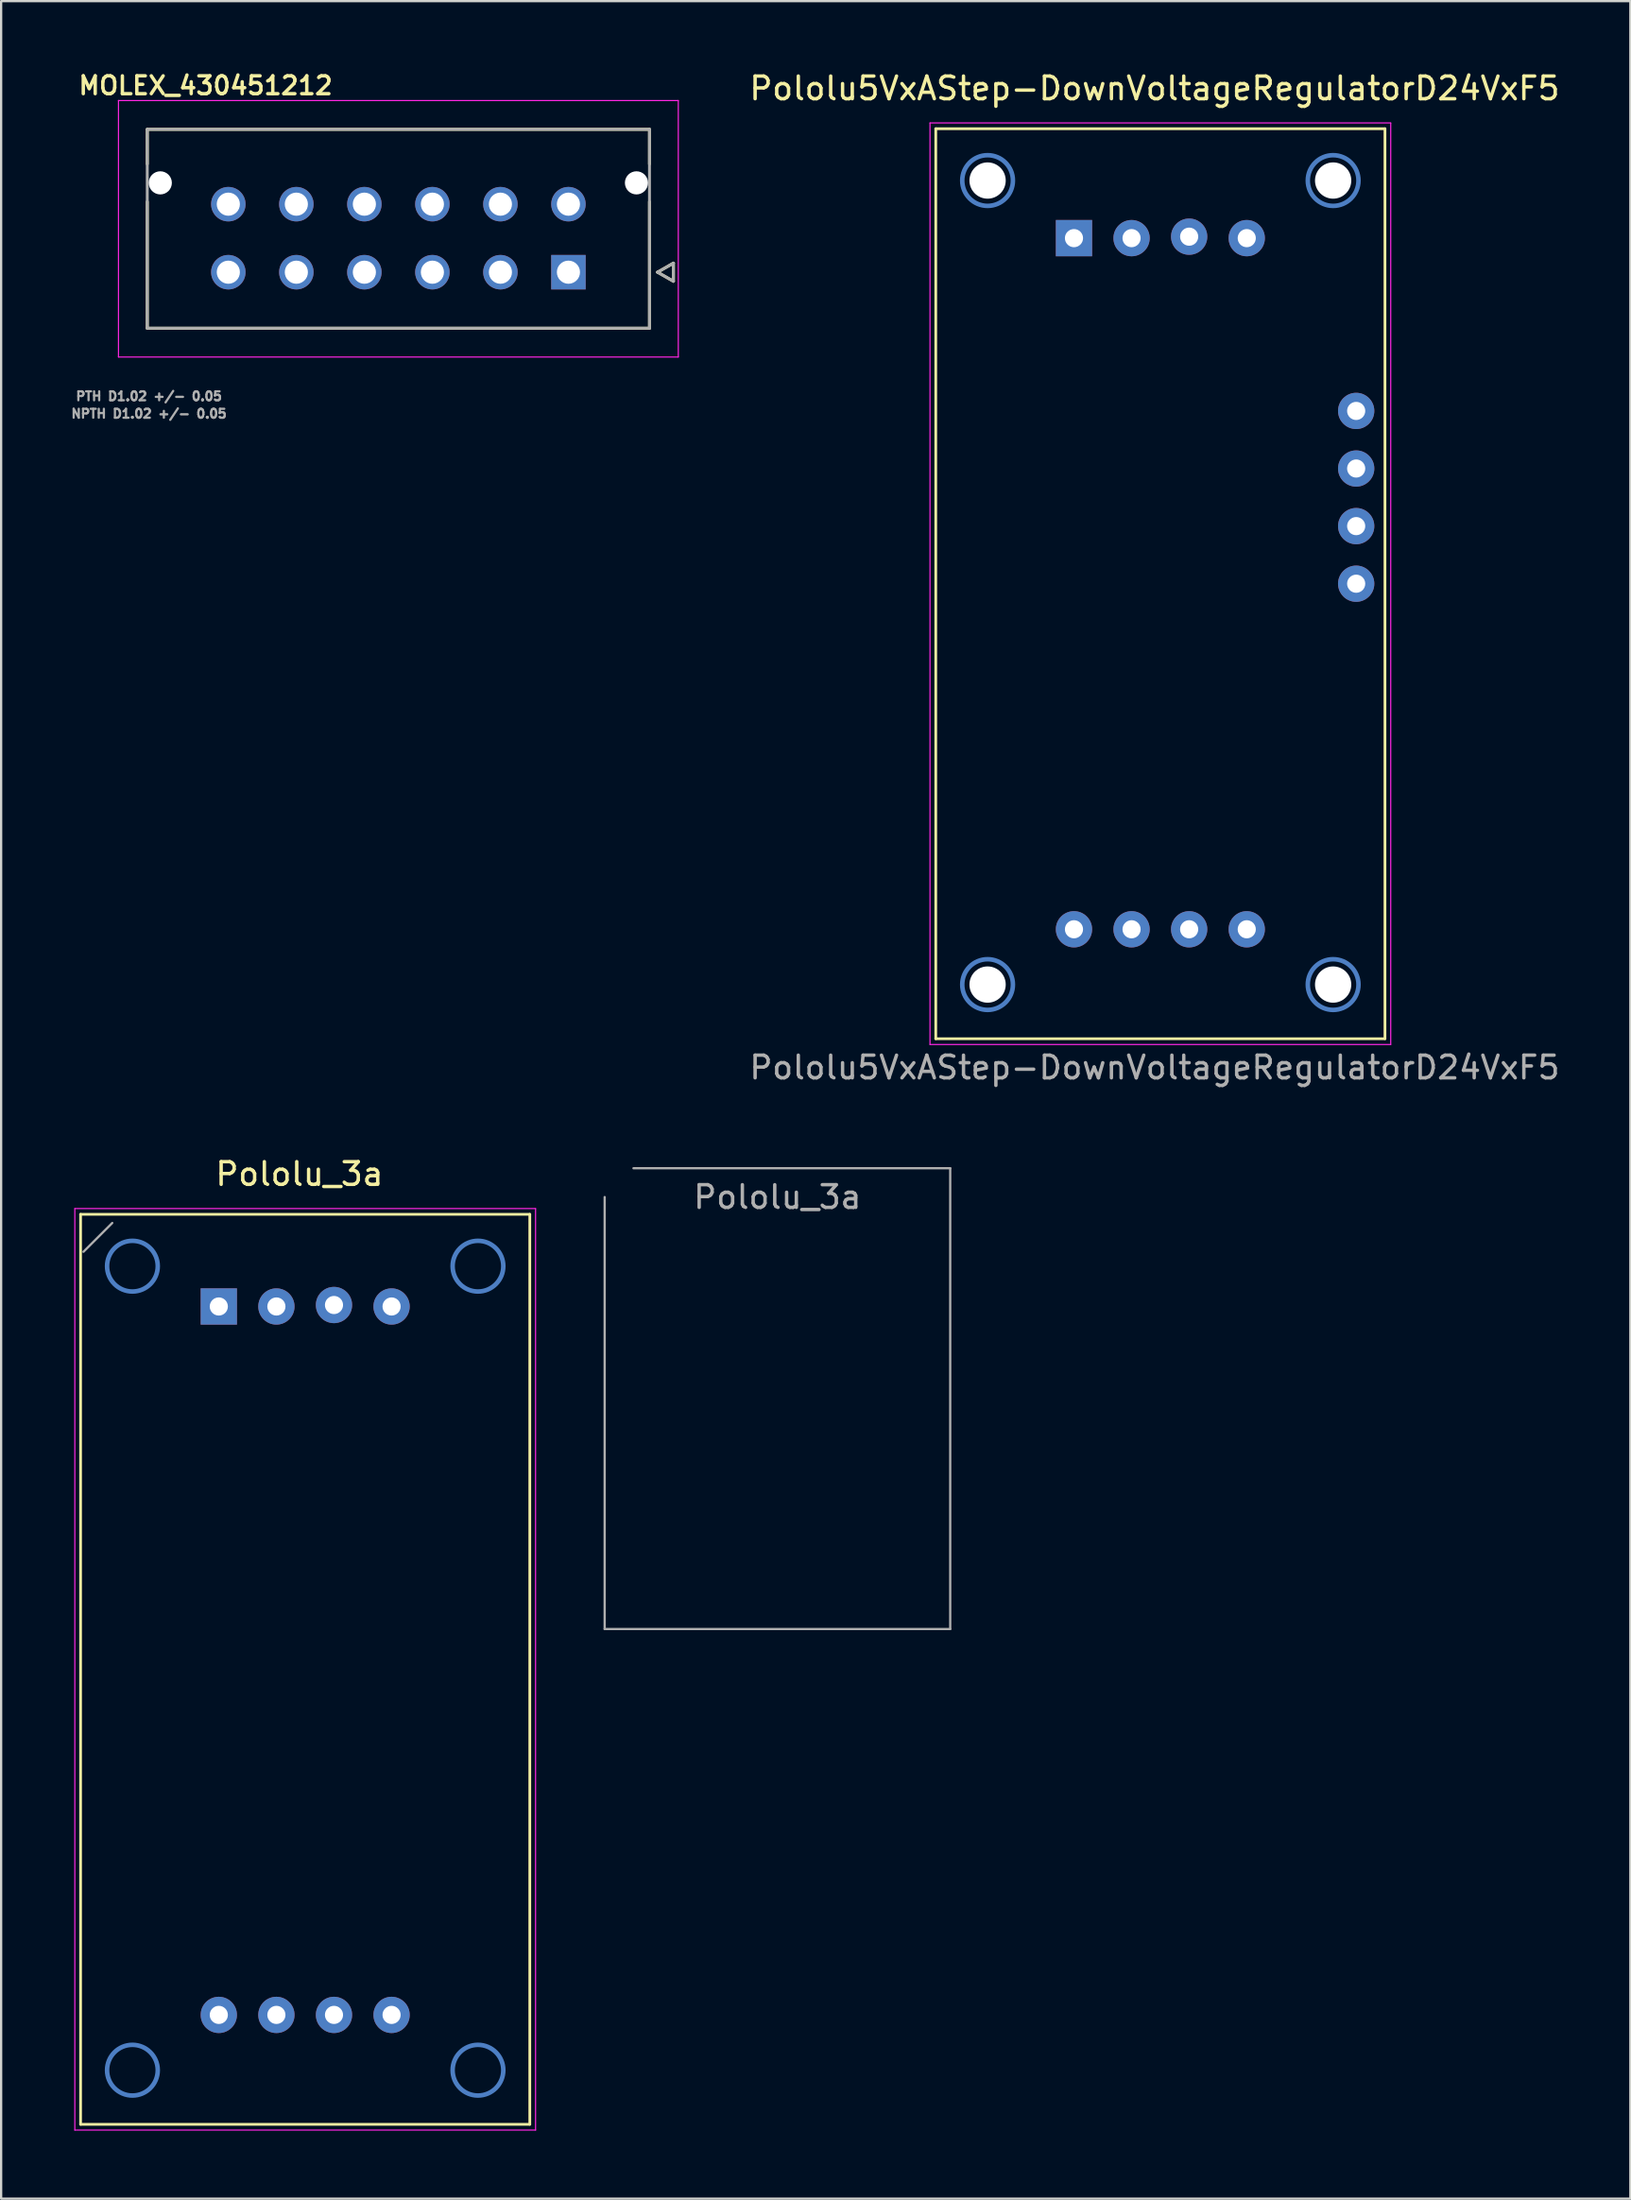
<source format=kicad_pcb>
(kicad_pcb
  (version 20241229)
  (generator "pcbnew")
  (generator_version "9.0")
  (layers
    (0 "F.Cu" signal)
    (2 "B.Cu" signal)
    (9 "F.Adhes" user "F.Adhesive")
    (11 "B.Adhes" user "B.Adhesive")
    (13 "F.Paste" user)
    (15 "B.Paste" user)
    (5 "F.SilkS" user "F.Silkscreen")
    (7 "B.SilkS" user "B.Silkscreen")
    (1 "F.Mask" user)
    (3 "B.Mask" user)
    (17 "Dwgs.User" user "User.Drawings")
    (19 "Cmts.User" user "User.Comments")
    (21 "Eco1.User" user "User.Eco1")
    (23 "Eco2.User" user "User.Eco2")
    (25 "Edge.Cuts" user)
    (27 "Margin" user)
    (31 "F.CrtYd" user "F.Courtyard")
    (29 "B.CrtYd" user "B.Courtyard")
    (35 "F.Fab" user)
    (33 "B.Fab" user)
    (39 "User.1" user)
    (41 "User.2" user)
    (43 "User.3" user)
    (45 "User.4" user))
  (footprint "MOLEX_430451212"
    (layer "F.Cu")
    (at 22.02 8.954)
    (property "Reference" "MOLEX_430451212" (at -16 -8.23 0) (layer "F.SilkS") (effects (font (size 0.787 0.787) (thickness 0.15))))
    (attr through_hole)
    (fp_circle (center -18 -3.94) (end -17.707 -3.94) (stroke (width 0.586) (type solid)) (fill no) (layer "F.Mask"))
    (fp_circle (center -15 -3) (end -14.582 -3) (stroke (width 0.836) (type solid)) (fill no) (layer "F.Mask"))
    (fp_circle (center -15 0) (end -14.582 0) (stroke (width 0.836) (type solid)) (fill no) (layer "F.Mask"))
    (fp_circle (center -12 -3) (end -11.582 -3) (stroke (width 0.836) (type solid)) (fill no) (layer "F.Mask"))
    (fp_circle (center -12 0) (end -11.582 0) (stroke (width 0.836) (type solid)) (fill no) (layer "F.Mask"))
    (fp_circle (center -9 -3) (end -8.582 -3) (stroke (width 0.836) (type solid)) (fill no) (layer "F.Mask"))
    (fp_circle (center -9 0) (end -8.582 0) (stroke (width 0.836) (type solid)) (fill no) (layer "F.Mask"))
    (fp_circle (center -6 -3) (end -5.582 -3) (stroke (width 0.836) (type solid)) (fill no) (layer "F.Mask"))
    (fp_circle (center -6 0) (end -5.582 0) (stroke (width 0.836) (type solid)) (fill no) (layer "F.Mask"))
    (fp_circle (center -3 -3) (end -2.582 -3) (stroke (width 0.836) (type solid)) (fill no) (layer "F.Mask"))
    (fp_circle (center -3 0) (end -2.582 0) (stroke (width 0.836) (type solid)) (fill no) (layer "F.Mask"))
    (fp_circle (center 0 -3) (end 0.418 -3) (stroke (width 0.836) (type solid)) (fill no) (layer "F.Mask"))
    (fp_circle (center 3 -3.94) (end 3.293 -3.94) (stroke (width 0.586) (type solid)) (fill no) (layer "F.Mask"))
    (fp_poly (pts (xy -0.836 -0.836) (xy 0.836 -0.836) (xy 0.836 0.836) (xy -0.836 0.836)) (stroke (width 0.01) (type solid)) (fill yes) (layer "F.Mask"))
    (fp_circle (center -18 -3.94) (end -17.707 -3.94) (stroke (width 0.586) (type solid)) (fill no) (layer "B.Mask"))
    (fp_circle (center -15 -3) (end -14.582 -3) (stroke (width 0.836) (type solid)) (fill no) (layer "B.Mask"))
    (fp_circle (center -15 0) (end -14.582 0) (stroke (width 0.836) (type solid)) (fill no) (layer "B.Mask"))
    (fp_circle (center -12 -3) (end -11.582 -3) (stroke (width 0.836) (type solid)) (fill no) (layer "B.Mask"))
    (fp_circle (center -12 0) (end -11.582 0) (stroke (width 0.836) (type solid)) (fill no) (layer "B.Mask"))
    (fp_circle (center -9 -3) (end -8.582 -3) (stroke (width 0.836) (type solid)) (fill no) (layer "B.Mask"))
    (fp_circle (center -9 0) (end -8.582 0) (stroke (width 0.836) (type solid)) (fill no) (layer "B.Mask"))
    (fp_circle (center -6 -3) (end -5.582 -3) (stroke (width 0.836) (type solid)) (fill no) (layer "B.Mask"))
    (fp_circle (center -6 0) (end -5.582 0) (stroke (width 0.836) (type solid)) (fill no) (layer "B.Mask"))
    (fp_circle (center -3 -3) (end -2.582 -3) (stroke (width 0.836) (type solid)) (fill no) (layer "B.Mask"))
    (fp_circle (center -3 0) (end -2.582 0) (stroke (width 0.836) (type solid)) (fill no) (layer "B.Mask"))
    (fp_circle (center 0 -3) (end 0.418 -3) (stroke (width 0.836) (type solid)) (fill no) (layer "B.Mask"))
    (fp_circle (center 3 -3.94) (end 3.293 -3.94) (stroke (width 0.586) (type solid)) (fill no) (layer "B.Mask"))
    (fp_poly (pts (xy -0.836 -0.836) (xy 0.836 -0.836) (xy 0.836 0.836) (xy -0.836 0.836)) (stroke (width 0.01) (type solid)) (fill yes) (layer "B.Mask"))
    (fp_line (start -18.575 -6.3) (end 3.575 -6.3) (stroke (width 0.127) (type solid)) (layer "F.SilkS"))
    (fp_line (start -18.575 -4.77) (end -18.575 -6.3) (stroke (width 0.127) (type solid)) (layer "F.SilkS"))
    (fp_line (start -18.575 2.47) (end -18.575 -3.11) (stroke (width 0.127) (type solid)) (layer "F.SilkS"))
    (fp_line (start 3.575 -6.3) (end 3.575 -4.77) (stroke (width 0.127) (type solid)) (layer "F.SilkS"))
    (fp_line (start 3.575 -3.11) (end 3.575 2.47) (stroke (width 0.127) (type solid)) (layer "F.SilkS"))
    (fp_line (start 3.575 2.47) (end -18.575 2.47) (stroke (width 0.127) (type solid)) (layer "F.SilkS"))
    (fp_line (start 3.93 0) (end 4.63 0.4) (stroke (width 0.127) (type solid)) (layer "F.SilkS"))
    (fp_line (start 4.63 -0.4) (end 3.93 0) (stroke (width 0.127) (type solid)) (layer "F.SilkS"))
    (fp_line (start 4.63 0.4) (end 4.63 -0.4) (stroke (width 0.127) (type solid)) (layer "F.SilkS"))
    (fp_line (start -19.845 -7.57) (end 4.845 -7.57) (stroke (width 0.05) (type solid)) (layer "F.CrtYd"))
    (fp_line (start -19.845 3.74) (end -19.845 -7.57) (stroke (width 0.05) (type solid)) (layer "F.CrtYd"))
    (fp_line (start 4.845 -7.57) (end 4.845 3.74) (stroke (width 0.05) (type solid)) (layer "F.CrtYd"))
    (fp_line (start 4.845 3.74) (end -19.845 3.74) (stroke (width 0.05) (type solid)) (layer "F.CrtYd"))
    (fp_line (start -18.575 -6.3) (end -18.575 2.47) (stroke (width 0.127) (type solid)) (layer "F.Fab"))
    (fp_line (start -18.575 2.47) (end 3.575 2.47) (stroke (width 0.127) (type solid)) (layer "F.Fab"))
    (fp_line (start 3.575 -6.3) (end -18.575 -6.3) (stroke (width 0.127) (type solid)) (layer "F.Fab"))
    (fp_line (start 3.575 2.47) (end 3.575 -6.3) (stroke (width 0.127) (type solid)) (layer "F.Fab"))
    (fp_line (start 3.93 0) (end 4.63 0.4) (stroke (width 0.127) (type solid)) (layer "F.Fab"))
    (fp_line (start 4.63 -0.4) (end 3.93 0) (stroke (width 0.127) (type solid)) (layer "F.Fab"))
    (fp_line (start 4.63 0.4) (end 4.63 -0.4) (stroke (width 0.127) (type solid)) (layer "F.Fab"))
    (fp_text user "PTH D1.02 +/- 0.05" (at -18.5 5.47 0) (layer "F.Fab") (effects (font (size 0.394 0.394) (thickness 0.098))))
    (fp_text user "NPTH D1.02 +/- 0.05" (at -18.5 6.24 0) (layer "F.Fab") (effects (font (size 0.394 0.394) (thickness 0.098))))
    (pad "" np_thru_hole circle (at -18 -3.94) (size 1.02 1.02) (drill 1.02) (layers "*.Cu" "*.Mask"))
    (pad "" np_thru_hole circle (at 3 -3.94) (size 1.02 1.02) (drill 1.02) (layers "*.Cu" "*.Mask"))
    (pad "1" thru_hole rect (at 0 0) (size 1.52 1.52) (drill 1.02) (layers "*.Cu"))
    (pad "2" thru_hole circle (at -3 0) (size 1.52 1.52) (drill 1.02) (layers "*.Cu"))
    (pad "3" thru_hole circle (at -6 0) (size 1.52 1.52) (drill 1.02) (layers "*.Cu"))
    (pad "4" thru_hole circle (at -9 0) (size 1.52 1.52) (drill 1.02) (layers "*.Cu"))
    (pad "5" thru_hole circle (at -12 0) (size 1.52 1.52) (drill 1.02) (layers "*.Cu"))
    (pad "6" thru_hole circle (at -15 0) (size 1.52 1.52) (drill 1.02) (layers "*.Cu"))
    (pad "7" thru_hole circle (at 0 -3) (size 1.52 1.52) (drill 1.02) (layers "*.Cu"))
    (pad "8" thru_hole circle (at -3 -3) (size 1.52 1.52) (drill 1.02) (layers "*.Cu"))
    (pad "9" thru_hole circle (at -6 -3) (size 1.52 1.52) (drill 1.02) (layers "*.Cu"))
    (pad "10" thru_hole circle (at -9 -3) (size 1.52 1.52) (drill 1.02) (layers "*.Cu"))
    (pad "11" thru_hole circle (at -12 -3) (size 1.52 1.52) (drill 1.02) (layers "*.Cu"))
    (pad "12" thru_hole circle (at -15 -3) (size 1.52 1.52) (drill 1.02) (layers "*.Cu")))
  (footprint "Pololu_3a"
    (layer "F.Cu")
    (at 0.25 50.249)
    (property "Reference" "Pololu_3a" (at 9.906 -1.524 0) (layer "F.SilkS") (effects (font (size 1 1) (thickness 0.15))))
    (attr through_hole)
    (fp_circle (center 2.54 2.54) (end 3.658 2.54) (stroke (width 0.2) (type default)) (fill no) (layer "B.Cu"))
    (fp_circle (center 2.54 37.998) (end 3.658 37.998) (stroke (width 0.2) (type default)) (fill no) (layer "B.Cu"))
    (fp_circle (center 17.78 2.54) (end 18.898 2.54) (stroke (width 0.2) (type default)) (fill no) (layer "B.Cu"))
    (fp_circle (center 17.78 37.998) (end 18.898 37.998) (stroke (width 0.2) (type default)) (fill no) (layer "B.Cu"))
    (fp_line (start 0.254 0.254) (end 0.254 40.386) (stroke (width 0.12) (type solid)) (layer "F.SilkS"))
    (fp_line (start 0.254 40.386) (end 20.066 40.386) (stroke (width 0.12) (type solid)) (layer "F.SilkS"))
    (fp_line (start 20.066 0.254) (end 0.254 0.254) (stroke (width 0.12) (type solid)) (layer "F.SilkS"))
    (fp_line (start 20.066 40.386) (end 20.066 0.254) (stroke (width 0.12) (type solid)) (layer "F.SilkS"))
    (fp_line (start 0 0) (end 0 40.64) (stroke (width 0.05) (type solid)) (layer "F.CrtYd"))
    (fp_line (start 0 0) (end 20.32 0) (stroke (width 0.05) (type solid)) (layer "F.CrtYd"))
    (fp_line (start 20.32 40.64) (end 0 40.64) (stroke (width 0.05) (type solid)) (layer "F.CrtYd"))
    (fp_line (start 20.32 40.64) (end 20.32 0.004) (stroke (width 0.05) (type solid)) (layer "F.CrtYd"))
    (fp_line (start 0.381 1.905) (end 1.651 0.635) (stroke (width 0.1) (type solid)) (layer "F.Fab"))
    (fp_line (start 23.368 18.542) (end 23.368 -0.508) (stroke (width 0.1) (type solid)) (layer "F.Fab"))
    (fp_line (start 24.638 -1.778) (end 38.608 -1.778) (stroke (width 0.1) (type solid)) (layer "F.Fab"))
    (fp_line (start 38.608 -1.778) (end 38.608 18.542) (stroke (width 0.1) (type solid)) (layer "F.Fab"))
    (fp_line (start 38.608 18.542) (end 23.368 18.542) (stroke (width 0.1) (type solid)) (layer "F.Fab"))
    (fp_text user "${REFERENCE}" (at 30.988 -0.508 0) (layer "F.Fab") (effects (font (size 1 1) (thickness 0.15))))
    (pad "GND" thru_hole oval (at 11.43 4.253) (size 1.6 1.6) (drill 0.8) (layers "*.Cu" "*.Mask"))
    (pad "GND" thru_hole oval (at 11.43 35.56) (size 1.6 1.6) (drill 0.8) (layers "*.Cu" "*.Mask"))
    (pad "GND" thru_hole oval (at 13.97 4.318) (size 1.6 1.6) (drill 0.8) (layers "*.Cu" "*.Mask"))
    (pad "GND" thru_hole oval (at 13.97 35.56) (size 1.6 1.6) (drill 0.8) (layers "*.Cu" "*.Mask"))
    (pad "VIN" thru_hole oval (at 6.35 35.56) (size 1.6 1.6) (drill 0.8) (layers "*.Cu" "*.Mask"))
    (pad "VIN" thru_hole oval (at 8.89 35.56) (size 1.6 1.6) (drill 0.8) (layers "*.Cu" "*.Mask"))
    (pad "VOUT" thru_hole rect (at 6.35 4.318) (size 1.6 1.6) (drill 0.8) (layers "*.Cu" "*.Mask"))
    (pad "VOUT" thru_hole oval (at 8.89 4.318) (size 1.6 1.6) (drill 0.8) (layers "*.Cu" "*.Mask")))
  (footprint "Pololu5VxAStep-DownVoltageRegulatorD24VxF5"
    (layer "F.Cu")
    (at 37.966 2.372)
    (property "Reference" "Pololu5VxAStep-DownVoltageRegulatorD24VxF5" (at 9.906 -1.524 0) (layer "F.SilkS") (effects (font (size 1 1) (thickness 0.15))))
    (attr through_hole)
    (fp_circle (center 2.54 2.54) (end 3.658 2.54) (stroke (width 0.2) (type default)) (fill no) (layer "B.Cu"))
    (fp_circle (center 2.54 37.998) (end 3.658 37.998) (stroke (width 0.2) (type default)) (fill no) (layer "B.Cu"))
    (fp_circle (center 17.78 2.54) (end 18.898 2.54) (stroke (width 0.2) (type default)) (fill no) (layer "B.Cu"))
    (fp_circle (center 17.78 37.998) (end 18.898 37.998) (stroke (width 0.2) (type default)) (fill no) (layer "B.Cu"))
    (fp_line (start 0.254 0.254) (end 0.254 40.386) (stroke (width 0.12) (type solid)) (layer "F.SilkS"))
    (fp_line (start 0.254 40.386) (end 20.066 40.386) (stroke (width 0.12) (type solid)) (layer "F.SilkS"))
    (fp_line (start 20.066 0.254) (end 0.254 0.254) (stroke (width 0.12) (type solid)) (layer "F.SilkS"))
    (fp_line (start 20.066 40.386) (end 20.066 0.254) (stroke (width 0.12) (type solid)) (layer "F.SilkS"))
    (fp_line (start 0 0) (end 0 40.64) (stroke (width 0.05) (type solid)) (layer "F.CrtYd"))
    (fp_line (start 0 0) (end 20.32 0) (stroke (width 0.05) (type solid)) (layer "F.CrtYd"))
    (fp_line (start 20.32 40.64) (end 0 40.64) (stroke (width 0.05) (type solid)) (layer "F.CrtYd"))
    (fp_line (start 20.32 40.64) (end 20.32 0.004) (stroke (width 0.05) (type solid)) (layer "F.CrtYd"))
    (fp_text user "${REFERENCE}" (at 9.906 41.656 0) (layer "F.Fab") (effects (font (size 1 1) (thickness 0.15))))
    (pad "" np_thru_hole oval (at 2.54 2.54 90) (size 1.6 1.6) (drill 2.184) (layers "*.Cu" "*.Mask"))
    (pad "" np_thru_hole oval (at 2.54 37.998 90) (size 1.6 1.6) (drill 2.184) (layers "*.Cu" "*.Mask"))
    (pad "" np_thru_hole oval (at 17.78 2.54 90) (size 1.6 1.6) (drill 2.184) (layers "*.Cu" "*.Mask"))
    (pad "" np_thru_hole oval (at 17.78 37.998 90) (size 1.6 1.6) (drill 2.184) (layers "*.Cu" "*.Mask"))
    (pad "1" thru_hole rect (at 6.35 5.08) (size 1.6 1.6) (drill 0.8) (layers "*.Cu" "*.Mask"))
    (pad "2" thru_hole oval (at 8.89 5.08) (size 1.6 1.6) (drill 0.8) (layers "*.Cu" "*.Mask"))
    (pad "3" thru_hole oval (at 11.43 5.015) (size 1.6 1.6) (drill 0.8) (layers "*.Cu" "*.Mask"))
    (pad "4" thru_hole oval (at 13.97 5.08) (size 1.6 1.6) (drill 0.8) (layers "*.Cu" "*.Mask"))
    (pad "5" thru_hole oval (at 6.35 35.56) (size 1.6 1.6) (drill 0.8) (layers "*.Cu" "*.Mask"))
    (pad "6" thru_hole oval (at 8.89 35.56) (size 1.6 1.6) (drill 0.8) (layers "*.Cu" "*.Mask"))
    (pad "7" thru_hole oval (at 11.43 35.56) (size 1.6 1.6) (drill 0.8) (layers "*.Cu" "*.Mask"))
    (pad "8" thru_hole oval (at 13.97 35.56) (size 1.6 1.6) (drill 0.8) (layers "*.Cu" "*.Mask"))
    (pad "9" thru_hole oval (at 18.796 12.7 90) (size 1.6 1.6) (drill 0.8) (layers "*.Cu" "*.Mask"))
    (pad "10" thru_hole oval (at 18.796 15.24 90) (size 1.6 1.6) (drill 0.8) (layers "*.Cu" "*.Mask"))
    (pad "11" thru_hole oval (at 18.796 17.78 90) (size 1.6 1.6) (drill 0.8) (layers "*.Cu" "*.Mask"))
    (pad "12" thru_hole oval (at 18.796 20.32 90) (size 1.6 1.6) (drill 0.8) (layers "*.Cu" "*.Mask")))
  (gr_rect
    (start -3 -3)
    (end 68.855 93.914)
    (stroke (width 0.1) (type default))
    (fill no)
    (layer "Edge.Cuts")))
</source>
